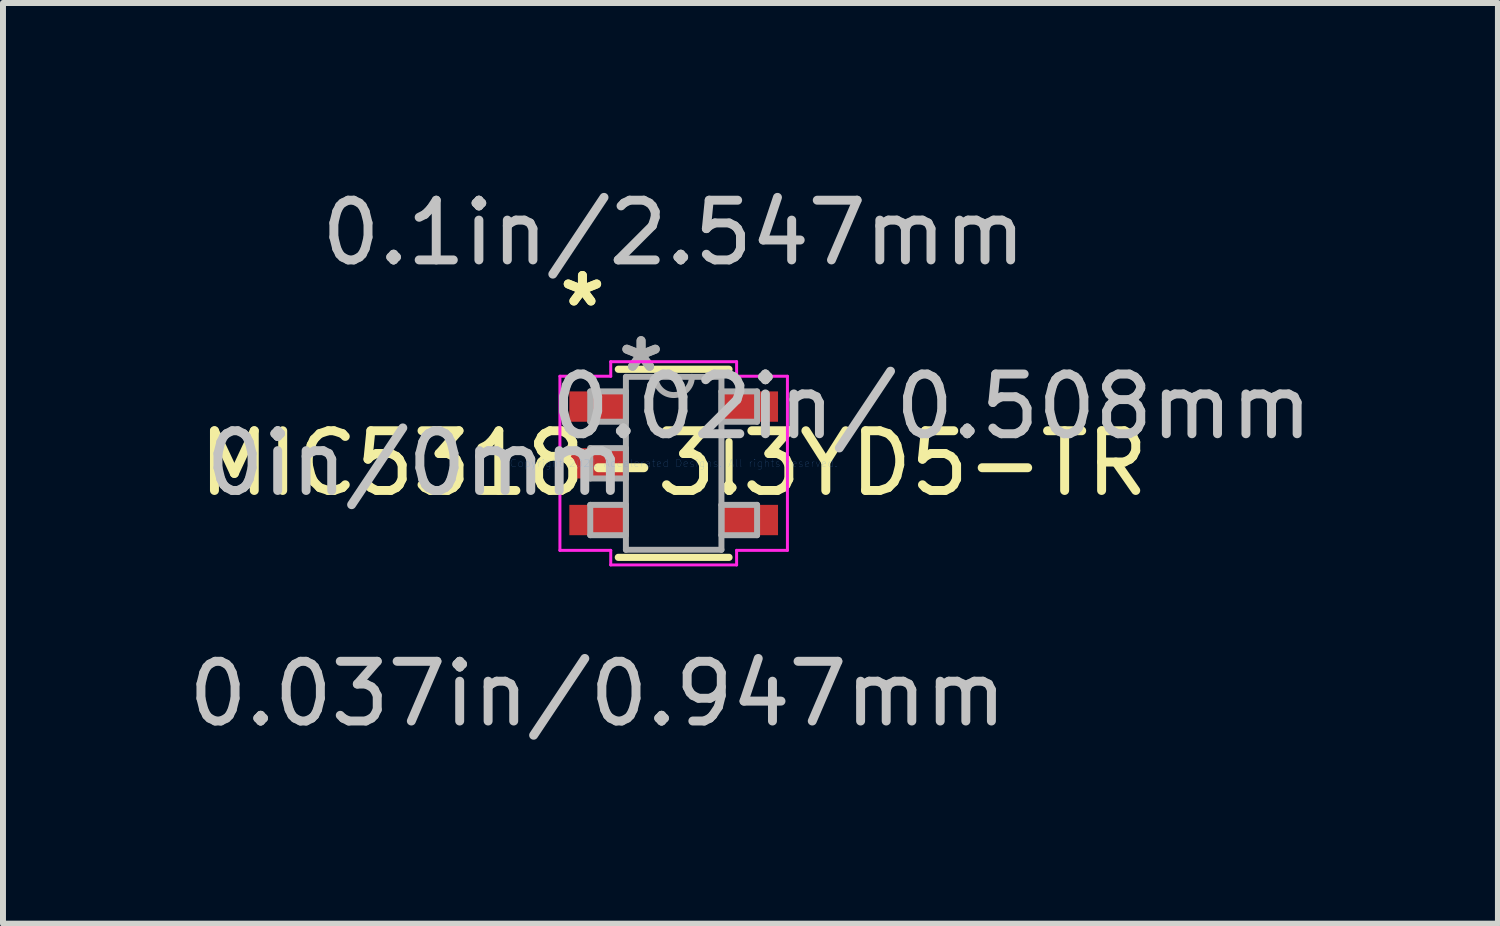
<source format=kicad_pcb>
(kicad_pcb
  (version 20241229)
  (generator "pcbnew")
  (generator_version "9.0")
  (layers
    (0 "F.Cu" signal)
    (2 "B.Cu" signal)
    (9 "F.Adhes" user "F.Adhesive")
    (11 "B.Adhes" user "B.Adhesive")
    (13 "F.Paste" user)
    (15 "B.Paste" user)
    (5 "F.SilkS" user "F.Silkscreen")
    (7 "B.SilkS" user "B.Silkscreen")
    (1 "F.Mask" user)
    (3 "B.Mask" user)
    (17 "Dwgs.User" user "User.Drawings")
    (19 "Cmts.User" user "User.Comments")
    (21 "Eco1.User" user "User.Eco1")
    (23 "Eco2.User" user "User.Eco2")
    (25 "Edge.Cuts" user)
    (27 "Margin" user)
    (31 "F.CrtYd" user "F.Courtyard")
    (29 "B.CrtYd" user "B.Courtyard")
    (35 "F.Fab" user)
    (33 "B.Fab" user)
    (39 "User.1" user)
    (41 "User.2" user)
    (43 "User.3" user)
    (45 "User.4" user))
  (footprint "MIC5318-3.3YD5-TR"
    (layer "F.Cu")
    (at 8.232 4.709)
    (property "Reference" "MIC5318-3.3YD5-TR" (at 0 0 0) (layer "F.SilkS") (effects (font (size 1 1) (thickness 0.15))))
    (attr through_hole)
    (fp_line (start -0.927 1.575) (end 0.927 1.575) (stroke (width 0.12) (type solid)) (layer "F.SilkS"))
    (fp_line (start 0.927 -1.575) (end -0.927 -1.575) (stroke (width 0.12) (type solid)) (layer "F.SilkS"))
    (fp_line (start 0.927 0.363) (end 0.927 -0.363) (stroke (width 0.12) (type solid)) (layer "F.SilkS"))
    (fp_line (start -1.905 -1.458) (end -1.054 -1.458) (stroke (width 0.05) (type solid)) (layer "F.CrtYd"))
    (fp_line (start -1.905 1.458) (end -1.905 -1.458) (stroke (width 0.05) (type solid)) (layer "F.CrtYd"))
    (fp_line (start -1.054 -1.702) (end 1.054 -1.702) (stroke (width 0.05) (type solid)) (layer "F.CrtYd"))
    (fp_line (start -1.054 -1.458) (end -1.054 -1.702) (stroke (width 0.05) (type solid)) (layer "F.CrtYd"))
    (fp_line (start -1.054 1.458) (end -1.905 1.458) (stroke (width 0.05) (type solid)) (layer "F.CrtYd"))
    (fp_line (start -1.054 1.702) (end -1.054 1.458) (stroke (width 0.05) (type solid)) (layer "F.CrtYd"))
    (fp_line (start 1.054 -1.702) (end 1.054 -1.458) (stroke (width 0.05) (type solid)) (layer "F.CrtYd"))
    (fp_line (start 1.054 -1.458) (end 1.905 -1.458) (stroke (width 0.05) (type solid)) (layer "F.CrtYd"))
    (fp_line (start 1.054 1.458) (end 1.054 1.702) (stroke (width 0.05) (type solid)) (layer "F.CrtYd"))
    (fp_line (start 1.054 1.702) (end -1.054 1.702) (stroke (width 0.05) (type solid)) (layer "F.CrtYd"))
    (fp_line (start 1.905 -1.458) (end 1.905 1.458) (stroke (width 0.05) (type solid)) (layer "F.CrtYd"))
    (fp_line (start 1.905 1.458) (end 1.054 1.458) (stroke (width 0.05) (type solid)) (layer "F.CrtYd"))
    (fp_line (start -1.397 -1.204) (end -1.397 -0.696) (stroke (width 0.1) (type solid)) (layer "F.Fab"))
    (fp_line (start -1.397 -0.696) (end -0.8 -0.696) (stroke (width 0.1) (type solid)) (layer "F.Fab"))
    (fp_line (start -1.397 -0.254) (end -1.397 0.254) (stroke (width 0.1) (type solid)) (layer "F.Fab"))
    (fp_line (start -1.397 0.254) (end -0.8 0.254) (stroke (width 0.1) (type solid)) (layer "F.Fab"))
    (fp_line (start -1.397 0.696) (end -1.397 1.204) (stroke (width 0.1) (type solid)) (layer "F.Fab"))
    (fp_line (start -1.397 1.204) (end -0.8 1.204) (stroke (width 0.1) (type solid)) (layer "F.Fab"))
    (fp_line (start -0.8 -1.448) (end -0.8 1.448) (stroke (width 0.1) (type solid)) (layer "F.Fab"))
    (fp_line (start -0.8 -1.204) (end -1.397 -1.204) (stroke (width 0.1) (type solid)) (layer "F.Fab"))
    (fp_line (start -0.8 -0.696) (end -0.8 -1.204) (stroke (width 0.1) (type solid)) (layer "F.Fab"))
    (fp_line (start -0.8 -0.254) (end -1.397 -0.254) (stroke (width 0.1) (type solid)) (layer "F.Fab"))
    (fp_line (start -0.8 0.254) (end -0.8 -0.254) (stroke (width 0.1) (type solid)) (layer "F.Fab"))
    (fp_line (start -0.8 0.696) (end -1.397 0.696) (stroke (width 0.1) (type solid)) (layer "F.Fab"))
    (fp_line (start -0.8 1.204) (end -0.8 0.696) (stroke (width 0.1) (type solid)) (layer "F.Fab"))
    (fp_line (start -0.8 1.448) (end 0.8 1.448) (stroke (width 0.1) (type solid)) (layer "F.Fab"))
    (fp_line (start 0.8 -1.448) (end -0.8 -1.448) (stroke (width 0.1) (type solid)) (layer "F.Fab"))
    (fp_line (start 0.8 -1.204) (end 0.8 -0.696) (stroke (width 0.1) (type solid)) (layer "F.Fab"))
    (fp_line (start 0.8 -0.696) (end 1.397 -0.696) (stroke (width 0.1) (type solid)) (layer "F.Fab"))
    (fp_line (start 0.8 0.696) (end 0.8 1.204) (stroke (width 0.1) (type solid)) (layer "F.Fab"))
    (fp_line (start 0.8 1.204) (end 1.397 1.204) (stroke (width 0.1) (type solid)) (layer "F.Fab"))
    (fp_line (start 0.8 1.448) (end 0.8 -1.448) (stroke (width 0.1) (type solid)) (layer "F.Fab"))
    (fp_line (start 1.397 -1.204) (end 0.8 -1.204) (stroke (width 0.1) (type solid)) (layer "F.Fab"))
    (fp_line (start 1.397 -0.696) (end 1.397 -1.204) (stroke (width 0.1) (type solid)) (layer "F.Fab"))
    (fp_line (start 1.397 0.696) (end 0.8 0.696) (stroke (width 0.1) (type solid)) (layer "F.Fab"))
    (fp_line (start 1.397 1.204) (end 1.397 0.696) (stroke (width 0.1) (type solid)) (layer "F.Fab"))
    (fp_arc (start 0.3048 -1.4478) (mid 0 -1.143) (end -0.3048 -1.4478) (stroke (width 0.1) (type solid)) (layer "F.Fab"))
    (fp_text user "*" (at -1.528 -2.601 0) (layer "F.SilkS") (effects (font (size 1 1) (thickness 0.15))))
    (fp_text user "*" (at -1.528 -2.601 0) (layer "F.SilkS") (effects (font (size 1 1) (thickness 0.15))))
    (fp_text user "0.037in/0.947mm" (at -1.274 3.861 0) (layer "Dwgs.User") (effects (font (size 1 1) (thickness 0.15))))
    (fp_text user "0.1in/2.547mm" (at 0 -3.861 0) (layer "Dwgs.User") (effects (font (size 1 1) (thickness 0.15))))
    (fp_text user "0in/0mm" (at -4.322 0 0) (layer "Dwgs.User") (effects (font (size 1 1) (thickness 0.15))))
    (fp_text user "0.02in/0.508mm" (at 4.322 -0.95 0) (layer "Dwgs.User") (effects (font (size 1 1) (thickness 0.15))))
    (fp_text user "Copyright 2021 Accelerated Designs. All rights reserved." (at 0 0 0) (layer "Cmts.User") (effects (font (size 0.127 0.127) (thickness 0.002))))
    (fp_text user "*" (at -0.546 -1.509 0) (layer "F.Fab") (effects (font (size 1 1) (thickness 0.15))))
    (fp_text user "*" (at -0.546 -1.509 0) (layer "F.Fab") (effects (font (size 1 1) (thickness 0.15))))
    (pad "1" smd rect (at -1.274 -0.95) (size 0.947 0.508) (layers "F.Cu" "F.Mask" "F.Paste"))
    (pad "2" smd rect (at -1.274 0) (size 0.947 0.508) (layers "F.Cu" "F.Mask" "F.Paste"))
    (pad "3" smd rect (at -1.274 0.95) (size 0.947 0.508) (layers "F.Cu" "F.Mask" "F.Paste"))
    (pad "4" smd rect (at 1.274 0.95) (size 0.947 0.508) (layers "F.Cu" "F.Mask" "F.Paste"))
    (pad "5" smd rect (at 1.274 -0.95) (size 0.947 0.508) (layers "F.Cu" "F.Mask" "F.Paste")))
  (gr_rect
    (start -3 -3)
    (end 22.036 12.418)
    (stroke (width 0.1) (type default))
    (fill no)
    (layer "Edge.Cuts")))
</source>
